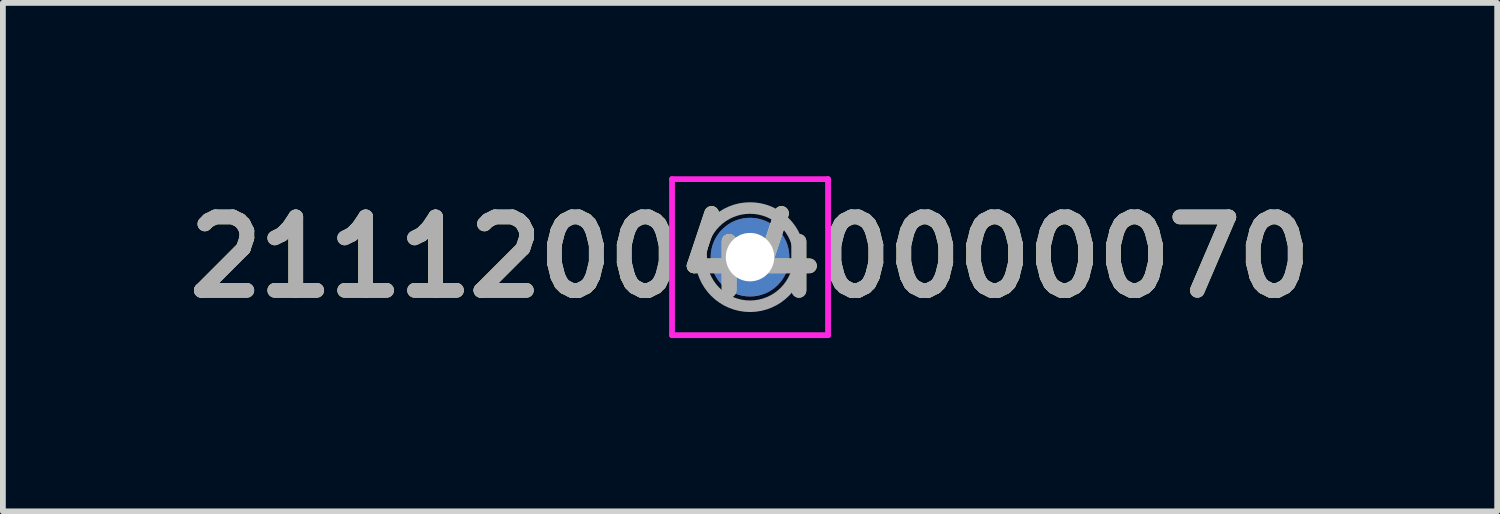
<source format=kicad_pcb>
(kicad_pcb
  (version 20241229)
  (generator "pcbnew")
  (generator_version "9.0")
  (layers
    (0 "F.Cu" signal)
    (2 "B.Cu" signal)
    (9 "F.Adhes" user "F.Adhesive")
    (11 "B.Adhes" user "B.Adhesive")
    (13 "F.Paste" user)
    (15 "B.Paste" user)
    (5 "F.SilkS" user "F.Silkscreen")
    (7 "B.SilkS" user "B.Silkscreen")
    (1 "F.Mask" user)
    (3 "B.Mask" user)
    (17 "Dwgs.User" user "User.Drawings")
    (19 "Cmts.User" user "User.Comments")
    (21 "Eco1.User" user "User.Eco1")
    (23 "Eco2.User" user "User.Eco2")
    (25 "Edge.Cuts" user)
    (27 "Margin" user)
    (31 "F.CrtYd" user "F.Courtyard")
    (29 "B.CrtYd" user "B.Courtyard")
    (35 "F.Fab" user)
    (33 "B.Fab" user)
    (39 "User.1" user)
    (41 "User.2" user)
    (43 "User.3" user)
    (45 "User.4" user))
  (footprint "2111200440000070"
    (layer "F.Cu")
    (at 9.93 1.4)
    (property "Reference" "2111200440000070" (at 0 0 0) (layer "F.SilkS") (effects (font (size 1.27 1.27) (thickness 0.254))))
    (attr through_hole)
    (fp_line (start -0.85 0) (end -0.85 0) (stroke (width 0.1) (type solid)) (layer "F.SilkS"))
    (fp_line (start 0.85 0) (end 0.85 0) (stroke (width 0.1) (type solid)) (layer "F.SilkS"))
    (fp_arc (start -0.85 0) (mid 0 -0.85) (end 0.85 0) (stroke (width 0.1) (type solid)) (layer "F.SilkS"))
    (fp_arc (start 0.85 0) (mid 0 0.85) (end -0.85 0) (stroke (width 0.1) (type solid)) (layer "F.SilkS"))
    (fp_line (start -1.35 -1.35) (end 1.35 -1.35) (stroke (width 0.1) (type solid)) (layer "F.CrtYd"))
    (fp_line (start -1.35 1.35) (end -1.35 -1.35) (stroke (width 0.1) (type solid)) (layer "F.CrtYd"))
    (fp_line (start 1.35 -1.35) (end 1.35 1.35) (stroke (width 0.1) (type solid)) (layer "F.CrtYd"))
    (fp_line (start 1.35 1.35) (end -1.35 1.35) (stroke (width 0.1) (type solid)) (layer "F.CrtYd"))
    (fp_line (start -0.85 0) (end -0.85 0) (stroke (width 0.2) (type solid)) (layer "F.Fab"))
    (fp_line (start 0.85 0) (end 0.85 0) (stroke (width 0.2) (type solid)) (layer "F.Fab"))
    (fp_arc (start -0.85 0) (mid 0 -0.85) (end 0.85 0) (stroke (width 0.2) (type solid)) (layer "F.Fab"))
    (fp_arc (start 0.85 0) (mid 0 0.85) (end -0.85 0) (stroke (width 0.2) (type solid)) (layer "F.Fab"))
    (fp_text user "${REFERENCE}" (at 0 0 0) (layer "F.Fab") (effects (font (size 1.27 1.27) (thickness 0.254))))
    (pad "1" thru_hole circle (at 0 0) (size 1.362 1.362) (drill 0.838) (layers "*.Cu" "*.Mask")))
  (gr_rect
    (start -3 -3)
    (end 22.86 5.8)
    (stroke (width 0.1) (type default))
    (fill no)
    (layer "Edge.Cuts")))
</source>
